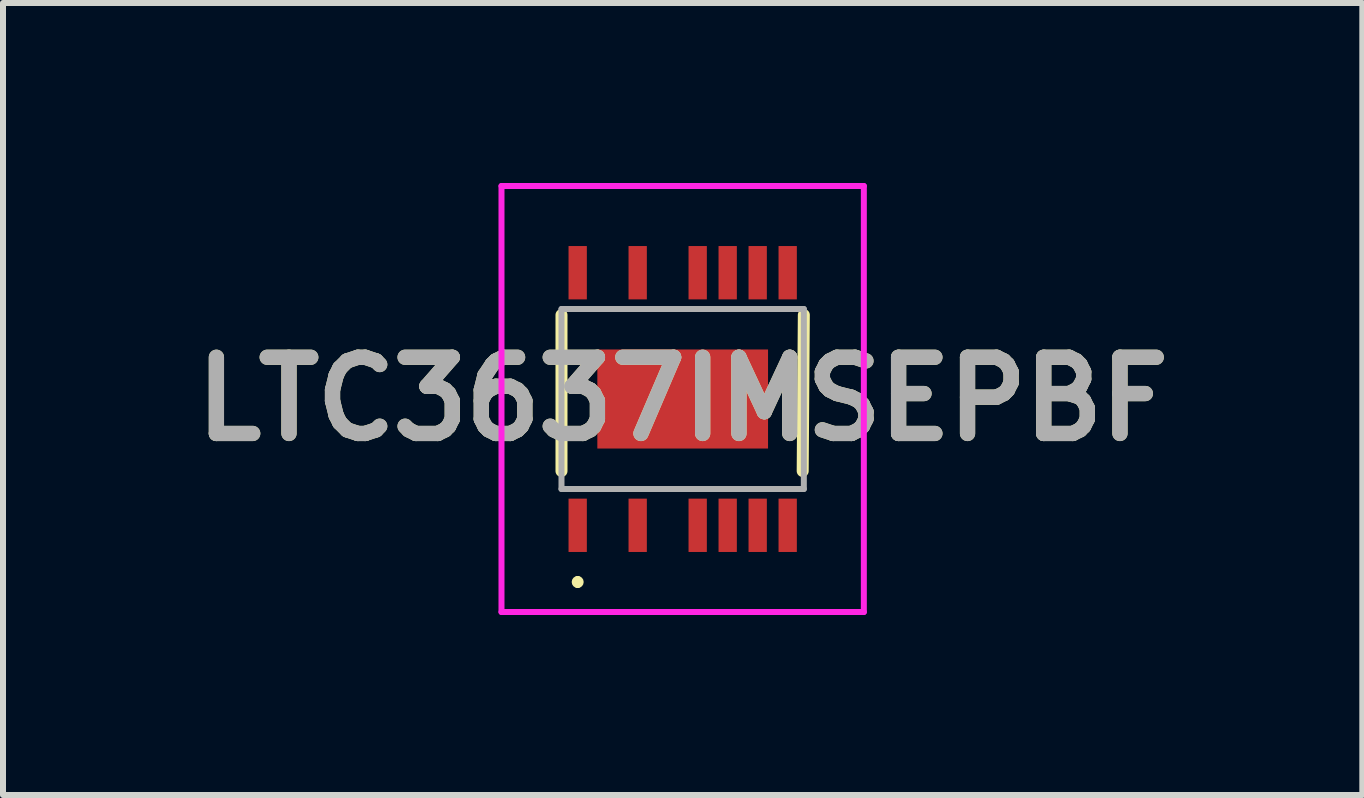
<source format=kicad_pcb>
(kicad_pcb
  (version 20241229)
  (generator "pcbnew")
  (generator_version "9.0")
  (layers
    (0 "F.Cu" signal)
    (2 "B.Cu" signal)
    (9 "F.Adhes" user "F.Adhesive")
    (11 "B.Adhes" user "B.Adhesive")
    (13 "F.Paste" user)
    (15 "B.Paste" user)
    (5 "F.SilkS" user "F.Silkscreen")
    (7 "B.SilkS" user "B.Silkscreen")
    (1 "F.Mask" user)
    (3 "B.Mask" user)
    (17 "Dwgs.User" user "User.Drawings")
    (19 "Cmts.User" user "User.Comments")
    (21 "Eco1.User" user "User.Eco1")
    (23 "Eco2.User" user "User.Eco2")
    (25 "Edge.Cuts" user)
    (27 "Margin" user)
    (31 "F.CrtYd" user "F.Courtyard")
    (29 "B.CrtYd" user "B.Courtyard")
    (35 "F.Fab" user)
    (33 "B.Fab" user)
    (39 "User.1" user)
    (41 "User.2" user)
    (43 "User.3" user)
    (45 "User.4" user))
  (footprint "LTC3637IMSEPBF"
    (layer "F.Cu")
    (at 8.328 3.6)
    (property "Reference" "LTC3637IMSEPBF" (at 0 0 0) (layer "F.SilkS") (effects (font (size 1.27 1.27) (thickness 0.254))))
    (attr smd)
    (fp_line (start -2.02 1.2) (end -2.02 -1.4) (stroke (width 0.2) (type solid)) (layer "F.SilkS"))
    (fp_line (start -1.75 3) (end -1.75 3) (stroke (width 0.1) (type solid)) (layer "F.SilkS"))
    (fp_line (start -1.75 3.1) (end -1.75 3.1) (stroke (width 0.1) (type solid)) (layer "F.SilkS"))
    (fp_line (start 2.019 -1.4) (end 2 1.2) (stroke (width 0.2) (type solid)) (layer "F.SilkS"))
    (fp_arc (start -1.75 3) (mid -1.7 3.05) (end -1.75 3.1) (stroke (width 0.1) (type solid)) (layer "F.SilkS"))
    (fp_arc (start -1.75 3.1) (mid -1.8 3.05) (end -1.75 3) (stroke (width 0.1) (type solid)) (layer "F.SilkS"))
    (fp_line (start -3.02 -3.55) (end 3.019 -3.55) (stroke (width 0.1) (type solid)) (layer "F.CrtYd"))
    (fp_line (start -3.02 3.55) (end -3.02 -3.55) (stroke (width 0.1) (type solid)) (layer "F.CrtYd"))
    (fp_line (start 3.019 -3.55) (end 3.019 3.55) (stroke (width 0.1) (type solid)) (layer "F.CrtYd"))
    (fp_line (start 3.019 3.55) (end -3.02 3.55) (stroke (width 0.1) (type solid)) (layer "F.CrtYd"))
    (fp_line (start -2.02 -1.5) (end -2.02 1.5) (stroke (width 0.1) (type solid)) (layer "F.Fab"))
    (fp_line (start -2.02 1.5) (end 2.019 1.5) (stroke (width 0.1) (type solid)) (layer "F.Fab"))
    (fp_line (start 2.019 -1.5) (end -2.02 -1.5) (stroke (width 0.1) (type solid)) (layer "F.Fab"))
    (fp_line (start 2.019 1.5) (end 2.019 -1.5) (stroke (width 0.1) (type solid)) (layer "F.Fab"))
    (fp_text user "${REFERENCE}" (at 0 0 0) (layer "F.Fab") (effects (font (size 1.27 1.27) (thickness 0.254))))
    (pad "1" smd rect (at -1.75 2.105) (size 0.305 0.889) (layers "F.Cu" "F.Mask" "F.Paste"))
    (pad "3" smd rect (at -0.75 2.105) (size 0.305 0.889) (layers "F.Cu" "F.Mask" "F.Paste"))
    (pad "5" smd rect (at 0.25 2.105) (size 0.305 0.889) (layers "F.Cu" "F.Mask" "F.Paste"))
    (pad "6" smd rect (at 0.75 2.105) (size 0.305 0.889) (layers "F.Cu" "F.Mask" "F.Paste"))
    (pad "7" smd rect (at 1.25 2.105) (size 0.305 0.889) (layers "F.Cu" "F.Mask" "F.Paste"))
    (pad "8" smd rect (at 1.75 2.105) (size 0.305 0.889) (layers "F.Cu" "F.Mask" "F.Paste"))
    (pad "9" smd rect (at 1.75 -2.105) (size 0.305 0.889) (layers "F.Cu" "F.Mask" "F.Paste"))
    (pad "10" smd rect (at 1.25 -2.105) (size 0.305 0.889) (layers "F.Cu" "F.Mask" "F.Paste"))
    (pad "11" smd rect (at 0.75 -2.105) (size 0.305 0.889) (layers "F.Cu" "F.Mask" "F.Paste"))
    (pad "12" smd rect (at 0.25 -2.105) (size 0.305 0.889) (layers "F.Cu" "F.Mask" "F.Paste"))
    (pad "14" smd rect (at -0.75 -2.105) (size 0.305 0.889) (layers "F.Cu" "F.Mask" "F.Paste"))
    (pad "16" smd rect (at -1.75 -2.105) (size 0.305 0.889) (layers "F.Cu" "F.Mask" "F.Paste"))
    (pad "17" smd rect (at 0 0 90) (size 1.651 2.845) (layers "F.Cu" "F.Mask" "F.Paste")))
  (gr_rect
    (start -3 -3)
    (end 19.655 10.2)
    (stroke (width 0.1) (type default))
    (fill no)
    (layer "Edge.Cuts")))
</source>
